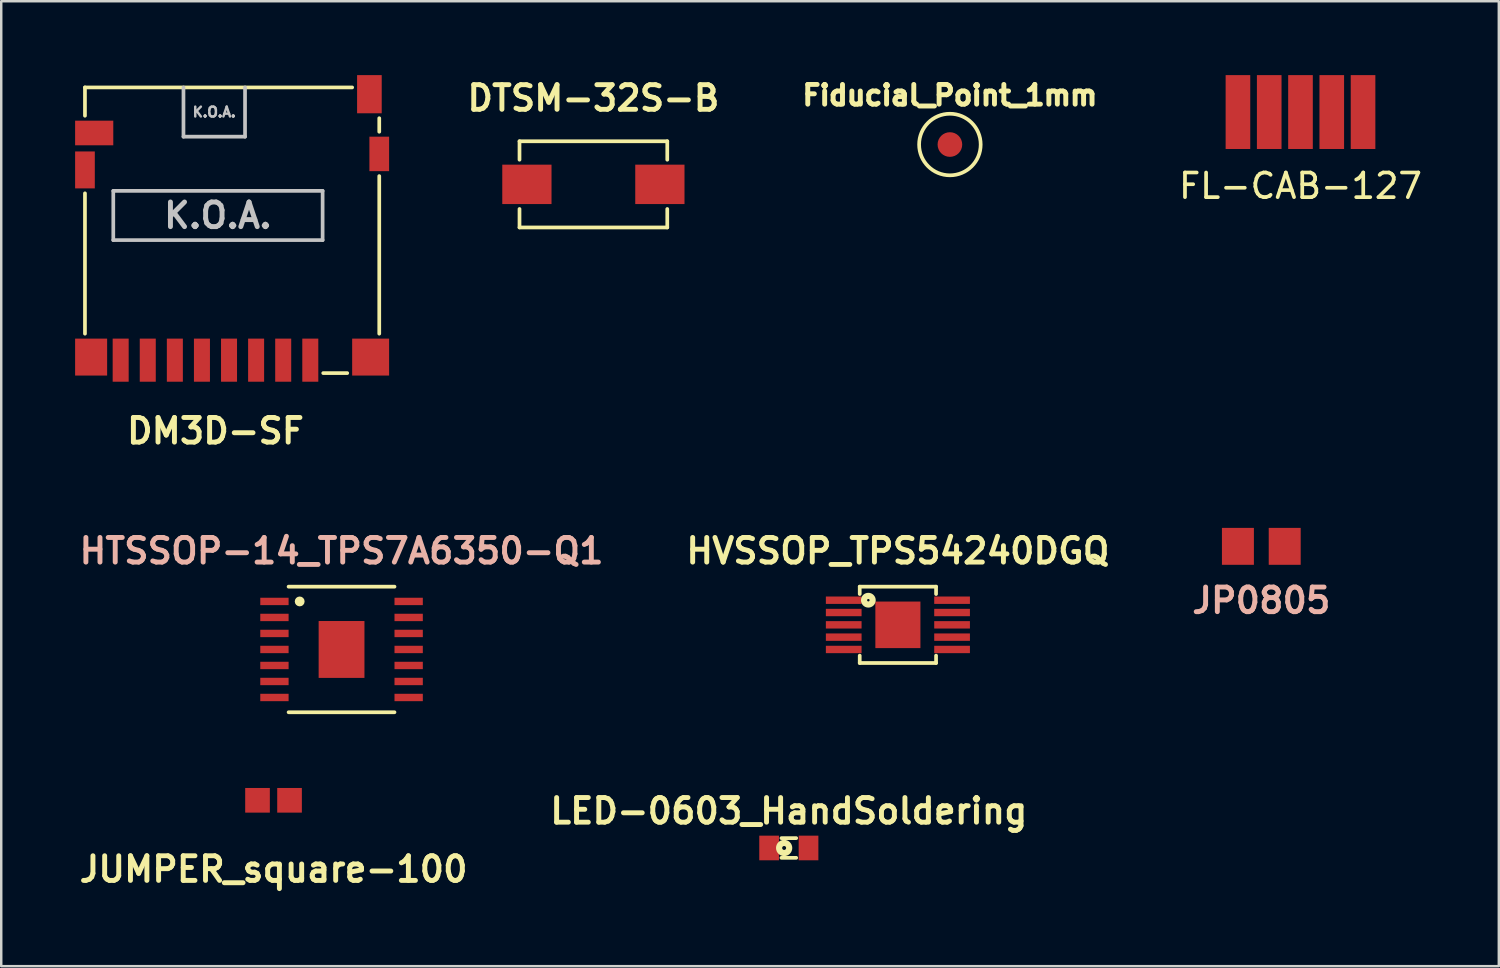
<source format=kicad_pcb>
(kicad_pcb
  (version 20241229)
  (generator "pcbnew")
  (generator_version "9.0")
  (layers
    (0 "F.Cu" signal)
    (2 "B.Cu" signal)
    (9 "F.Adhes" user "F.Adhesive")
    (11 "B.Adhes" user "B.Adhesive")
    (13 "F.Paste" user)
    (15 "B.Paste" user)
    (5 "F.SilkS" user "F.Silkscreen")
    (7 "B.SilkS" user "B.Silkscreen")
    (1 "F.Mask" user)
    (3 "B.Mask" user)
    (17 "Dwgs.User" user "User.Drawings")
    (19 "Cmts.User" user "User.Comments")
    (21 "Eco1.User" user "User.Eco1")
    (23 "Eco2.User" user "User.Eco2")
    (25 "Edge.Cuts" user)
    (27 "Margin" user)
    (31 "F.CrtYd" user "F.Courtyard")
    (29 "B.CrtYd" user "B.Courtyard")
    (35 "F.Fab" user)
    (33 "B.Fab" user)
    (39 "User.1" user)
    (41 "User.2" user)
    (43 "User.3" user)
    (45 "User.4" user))
  (footprint "LED-0603_HandSoldering"
    (layer "F.Cu")
    (at 28.981 31.383)
    (property "Reference" "LED-0603_HandSoldering" (at 0 -1.5 0) (layer "F.SilkS") (effects (font (size 1 1) (thickness 0.2))))
    (attr smd)
    (fp_line (start -0.3 -0.4) (end 0.3 -0.4) (stroke (width 0.15) (type solid)) (layer "F.SilkS"))
    (fp_line (start -0.3 0.4) (end 0.3 0.4) (stroke (width 0.15) (type solid)) (layer "F.SilkS"))
    (fp_circle (center -0.19 0) (end -0.11 0) (stroke (width 0.25) (type solid)) (fill no) (layer "F.SilkS"))
    (pad "1" smd rect (at -0.8 0 180) (size 0.8 1) (layers "F.Cu" "F.Mask" "F.Paste"))
    (pad "2" smd rect (at 0.8 0 180) (size 0.8 1) (layers "F.Cu" "F.Mask" "F.Paste")))
  (footprint "JUMPER_square-100"
    (layer "F.Cu")
    (at 8.057 29.447)
    (property "Reference" "JUMPER_square-100" (at 0 2.8 0) (layer "F.SilkS") (effects (font (size 1 1) (thickness 0.2))))
    (attr through_hole)
    (pad "1" smd rect (at -0.65 0) (size 1.001 1.001) (layers "F.Cu" "F.Mask" "F.Paste"))
    (pad "2" smd rect (at 0.65 0) (size 1.001 1.001) (layers "F.Cu" "F.Mask" "F.Paste")))
  (footprint "DM3D-SF"
    (layer "F.Cu")
    (at 5.7 11.575)
    (property "Reference" "DM3D-SF" (at 0 2.875 0) (layer "F.SilkS") (effects (font (size 1 1) (thickness 0.2))))
    (attr through_hole)
    (fp_line (start -5.3 -11.075) (end 5.55 -11.075) (stroke (width 0.15) (type solid)) (layer "F.SilkS"))
    (fp_line (start -5.3 -9.925) (end -5.3 -11.075) (stroke (width 0.15) (type solid)) (layer "F.SilkS"))
    (fp_line (start -5.3 -6.775) (end -5.3 -1.075) (stroke (width 0.15) (type solid)) (layer "F.SilkS"))
    (fp_line (start 5.35 0.525) (end 4.375 0.525) (stroke (width 0.15) (type solid)) (layer "F.SilkS"))
    (fp_line (start 6.65 -9.275) (end 6.65 -9.825) (stroke (width 0.15) (type solid)) (layer "F.SilkS"))
    (fp_line (start 6.65 -7.475) (end 6.65 -1.075) (stroke (width 0.15) (type solid)) (layer "F.SilkS"))
    (fp_line (start -4.15 -6.875) (end -4.15 -4.875) (stroke (width 0.15) (type solid)) (layer "Dwgs.User"))
    (fp_line (start -4.15 -6.875) (end 4.35 -6.875) (stroke (width 0.15) (type solid)) (layer "Dwgs.User"))
    (fp_line (start -4.15 -4.875) (end 4.35 -4.875) (stroke (width 0.15) (type solid)) (layer "Dwgs.User"))
    (fp_line (start -1.3 -11.075) (end -1.3 -9.075) (stroke (width 0.15) (type solid)) (layer "Dwgs.User"))
    (fp_line (start -1.3 -9.075) (end 1.2 -9.075) (stroke (width 0.15) (type solid)) (layer "Dwgs.User"))
    (fp_line (start 1.2 -11.075) (end 1.2 -9.075) (stroke (width 0.15) (type solid)) (layer "Dwgs.User"))
    (fp_line (start 4.35 -6.875) (end 4.35 -4.875) (stroke (width 0.15) (type solid)) (layer "Dwgs.User"))
    (fp_text user "K.O.A." (at -0.05 -10.075 0) (layer "Dwgs.User") (effects (font (size 0.4 0.4) (thickness 0.1))))
    (fp_text user "K.O.A." (at 0.1 -5.875 0) (layer "Dwgs.User") (effects (font (size 1 1) (thickness 0.2))))
    (pad "1" smd rect (at 3.85 0) (size 0.65 1.75) (layers "F.Cu" "F.Mask" "F.Paste"))
    (pad "2" smd rect (at 2.75 0) (size 0.65 1.75) (layers "F.Cu" "F.Mask" "F.Paste"))
    (pad "3" smd rect (at 1.65 0) (size 0.65 1.75) (layers "F.Cu" "F.Mask" "F.Paste"))
    (pad "4" smd rect (at 0.55 0) (size 0.65 1.75) (layers "F.Cu" "F.Mask" "F.Paste"))
    (pad "5" smd rect (at -0.55 0) (size 0.65 1.75) (layers "F.Cu" "F.Mask" "F.Paste"))
    (pad "6" smd rect (at -1.65 0) (size 0.65 1.75) (layers "F.Cu" "F.Mask" "F.Paste"))
    (pad "7" smd rect (at -2.75 0) (size 0.65 1.75) (layers "F.Cu" "F.Mask" "F.Paste"))
    (pad "8" smd rect (at -3.85 0) (size 0.65 1.75) (layers "F.Cu" "F.Mask" "F.Paste"))
    (pad "DETA" smd rect (at 6.25 -10.8) (size 1 1.55) (layers "F.Cu" "F.Mask" "F.Paste"))
    (pad "DETB" smd rect (at -4.925 -9.225) (size 1.55 1) (layers "F.Cu" "F.Mask" "F.Paste"))
    (pad "GND1" smd rect (at 6.3 -0.125) (size 1.5 1.5) (layers "F.Cu" "F.Mask" "F.Paste"))
    (pad "GND2" smd rect (at 6.65 -8.375) (size 0.8 1.4) (layers "F.Cu" "F.Mask" "F.Paste"))
    (pad "GND3" smd rect (at -5.3 -7.725) (size 0.8 1.5) (layers "F.Cu" "F.Mask" "F.Paste"))
    (pad "GND4" smd rect (at -5.05 -0.125) (size 1.3 1.5) (layers "F.Cu" "F.Mask" "F.Paste")))
  (footprint "HVSSOP_TPS54240DGQ"
    (layer "F.Cu")
    (at 33.41 22.322)
    (property "Reference" "HVSSOP_TPS54240DGQ" (at 0 -3 0) (layer "F.SilkS") (effects (font (size 1 1) (thickness 0.2))))
    (attr through_hole)
    (fp_line (start -1.55 -1.55) (end -1.55 -1.25) (stroke (width 0.15) (type solid)) (layer "F.SilkS"))
    (fp_line (start -1.55 -1.55) (end 1.55 -1.55) (stroke (width 0.15) (type solid)) (layer "F.SilkS"))
    (fp_line (start -1.55 1.55) (end -1.55 1.25) (stroke (width 0.15) (type solid)) (layer "F.SilkS"))
    (fp_line (start 1.55 -1.55) (end 1.55 -1.25) (stroke (width 0.15) (type solid)) (layer "F.SilkS"))
    (fp_line (start 1.55 1.55) (end -1.55 1.55) (stroke (width 0.15) (type solid)) (layer "F.SilkS"))
    (fp_line (start 1.55 1.55) (end 1.55 1.25) (stroke (width 0.15) (type solid)) (layer "F.SilkS"))
    (fp_circle (center -1.2 -1) (end -1.15 -1) (stroke (width 0.25) (type solid)) (fill no) (layer "F.SilkS"))
    (pad "1" smd rect (at -2.2 -1) (size 1.45 0.3) (layers "F.Cu" "F.Mask" "F.Paste"))
    (pad "2" smd rect (at -2.2 -0.5) (size 1.45 0.3) (layers "F.Cu" "F.Mask" "F.Paste"))
    (pad "3" smd rect (at -2.2 0) (size 1.45 0.3) (layers "F.Cu" "F.Mask" "F.Paste"))
    (pad "4" smd rect (at -2.2 0.5) (size 1.45 0.3) (layers "F.Cu" "F.Mask" "F.Paste"))
    (pad "5" smd rect (at -2.2 1) (size 1.45 0.3) (layers "F.Cu" "F.Mask" "F.Paste"))
    (pad "6" smd rect (at 2.2 1) (size 1.45 0.3) (layers "F.Cu" "F.Mask" "F.Paste"))
    (pad "7" smd rect (at 2.2 0.5) (size 1.45 0.3) (layers "F.Cu" "F.Mask" "F.Paste"))
    (pad "8" smd rect (at 2.2 0) (size 1.45 0.3) (layers "F.Cu" "F.Mask" "F.Paste"))
    (pad "9" smd rect (at 2.2 -0.5) (size 1.45 0.3) (layers "F.Cu" "F.Mask" "F.Paste"))
    (pad "10" smd rect (at 2.2 -1) (size 1.45 0.3) (layers "F.Cu" "F.Mask" "F.Paste"))
    (pad "11" smd rect (at 0 0) (size 1.83 1.89) (layers "F.Cu" "F.Mask" "F.Paste")))
  (footprint "DTSM-32S-B"
    (layer "F.Cu")
    (at 21.045 4.436)
    (property "Reference" "DTSM-32S-B" (at 0 -3.5 0) (layer "F.SilkS") (effects (font (size 1 1) (thickness 0.2))))
    (attr through_hole)
    (fp_line (start -3 -1.75) (end -3 -1) (stroke (width 0.15) (type solid)) (layer "F.SilkS"))
    (fp_line (start -3 -1.75) (end 3 -1.75) (stroke (width 0.15) (type solid)) (layer "F.SilkS"))
    (fp_line (start -3 1.75) (end -3 1) (stroke (width 0.15) (type solid)) (layer "F.SilkS"))
    (fp_line (start -3 1.75) (end 3 1.75) (stroke (width 0.15) (type solid)) (layer "F.SilkS"))
    (fp_line (start 3 -1.75) (end 3 -1) (stroke (width 0.15) (type solid)) (layer "F.SilkS"))
    (fp_line (start 3 1.75) (end 3 1) (stroke (width 0.15) (type solid)) (layer "F.SilkS"))
    (pad "1" smd rect (at -2.7 0) (size 2 1.6) (layers "F.Cu" "F.Mask" "F.Paste"))
    (pad "2" smd rect (at 2.7 0) (size 2 1.6) (layers "F.Cu" "F.Mask" "F.Paste")))
  (footprint "JP0805"
    (layer "F.Cu")
    (at 48.167 19.135)
    (property "Reference" "JP0805" (at 0 2.2 0) (layer "B.SilkS") (effects (font (size 1 1) (thickness 0.2))))
    (attr smd)
    (pad "1" smd rect (at -0.95 0) (size 1.298 1.499) (layers "F.Cu" "F.Mask" "F.Paste"))
    (pad "2" smd rect (at 0.95 0) (size 1.298 1.499) (layers "F.Cu" "F.Mask" "F.Paste")))
  (footprint "Fiducial_Point_1mm"
    (layer "F.Cu")
    (at 35.522 2.819)
    (property "Reference" "Fiducial_Point_1mm" (at 0 -2 0) (layer "F.SilkS") (effects (font (size 0.8 0.8) (thickness 0.2))))
    (attr smd)
    (fp_circle (center 0 0) (end 1.25 0) (stroke (width 0.15) (type solid)) (fill no) (layer "F.SilkS"))
    (pad "1" smd circle (at 0 0) (size 1 1) (layers "F.Cu" "F.Mask" "F.Paste")))
  (footprint "FL-CAB-127"
    (layer "F.Cu")
    (at 49.758 1.5)
    (property "Reference" "FL-CAB-127" (at 0 3 0) (layer "F.SilkS") (effects (font (size 1 1) (thickness 0.15))))
    (attr through_hole)
    (pad "1" smd rect (at -2.54 0) (size 1 3) (layers "F.Cu" "F.Mask" "F.Paste"))
    (pad "2" smd rect (at -1.27 0) (size 1 3) (layers "F.Cu" "F.Mask" "F.Paste"))
    (pad "3" smd rect (at 0 0) (size 1 3) (layers "F.Cu" "F.Mask" "F.Paste"))
    (pad "4" smd rect (at 1.27 0) (size 1 3) (layers "F.Cu" "F.Mask" "F.Paste"))
    (pad "5" smd rect (at 2.54 0) (size 1 3) (layers "F.Cu" "F.Mask" "F.Paste")))
  (footprint "HTSSOP-14_TPS7A6350-Q1"
    (layer "F.Cu")
    (at 10.819 23.322)
    (property "Reference" "HTSSOP-14_TPS7A6350-Q1" (at 0 -4 0) (layer "B.SilkS") (effects (font (size 1 1) (thickness 0.2))))
    (attr smd)
    (fp_line (start -2.15 2.55) (end 2.15 2.55) (stroke (width 0.15) (type solid)) (layer "F.SilkS"))
    (fp_line (start 2.15 -2.55) (end -2.15 -2.55) (stroke (width 0.152) (type solid)) (layer "F.SilkS"))
    (fp_circle (center -1.7 -1.95) (end -1.6 -1.95) (stroke (width 0.2) (type solid)) (fill no) (layer "F.SilkS"))
    (pad "1" smd rect (at -2.725 -1.95) (size 1.15 0.3) (layers "F.Cu" "F.Mask" "F.Paste"))
    (pad "2" smd rect (at -2.725 -1.3) (size 1.15 0.3) (layers "F.Cu" "F.Mask" "F.Paste"))
    (pad "3" smd rect (at -2.725 -0.65) (size 1.15 0.3) (layers "F.Cu" "F.Mask" "F.Paste"))
    (pad "4" smd rect (at -2.725 0) (size 1.15 0.3) (layers "F.Cu" "F.Mask" "F.Paste"))
    (pad "5" smd rect (at -2.725 0.65) (size 1.15 0.3) (layers "F.Cu" "F.Mask" "F.Paste"))
    (pad "6" smd rect (at -2.725 1.3) (size 1.15 0.3) (layers "F.Cu" "F.Mask" "F.Paste"))
    (pad "7" smd rect (at -2.725 1.95) (size 1.15 0.3) (layers "F.Cu" "F.Mask" "F.Paste"))
    (pad "8" smd rect (at 2.725 1.95) (size 1.15 0.3) (layers "F.Cu" "F.Mask" "F.Paste"))
    (pad "9" smd rect (at 2.725 1.3) (size 1.15 0.3) (layers "F.Cu" "F.Mask" "F.Paste"))
    (pad "10" smd rect (at 2.725 0.65) (size 1.15 0.3) (layers "F.Cu" "F.Mask" "F.Paste"))
    (pad "11" smd rect (at 2.725 0) (size 1.15 0.3) (layers "F.Cu" "F.Mask" "F.Paste"))
    (pad "12" smd rect (at 2.725 -0.65) (size 1.15 0.3) (layers "F.Cu" "F.Mask" "F.Paste"))
    (pad "13" smd rect (at 2.725 -1.3) (size 1.15 0.3) (layers "F.Cu" "F.Mask" "F.Paste"))
    (pad "14" smd rect (at 2.725 -1.95) (size 1.15 0.3) (layers "F.Cu" "F.Mask" "F.Paste"))
    (pad "15" smd rect (at 0 0) (size 1.86 2.31) (layers "F.Cu" "F.Mask" "F.Paste")))
  (gr_rect
    (start -3 -3)
    (end 57.811 36.183)
    (stroke (width 0.1) (type default))
    (fill no)
    (layer "Edge.Cuts")))
</source>
